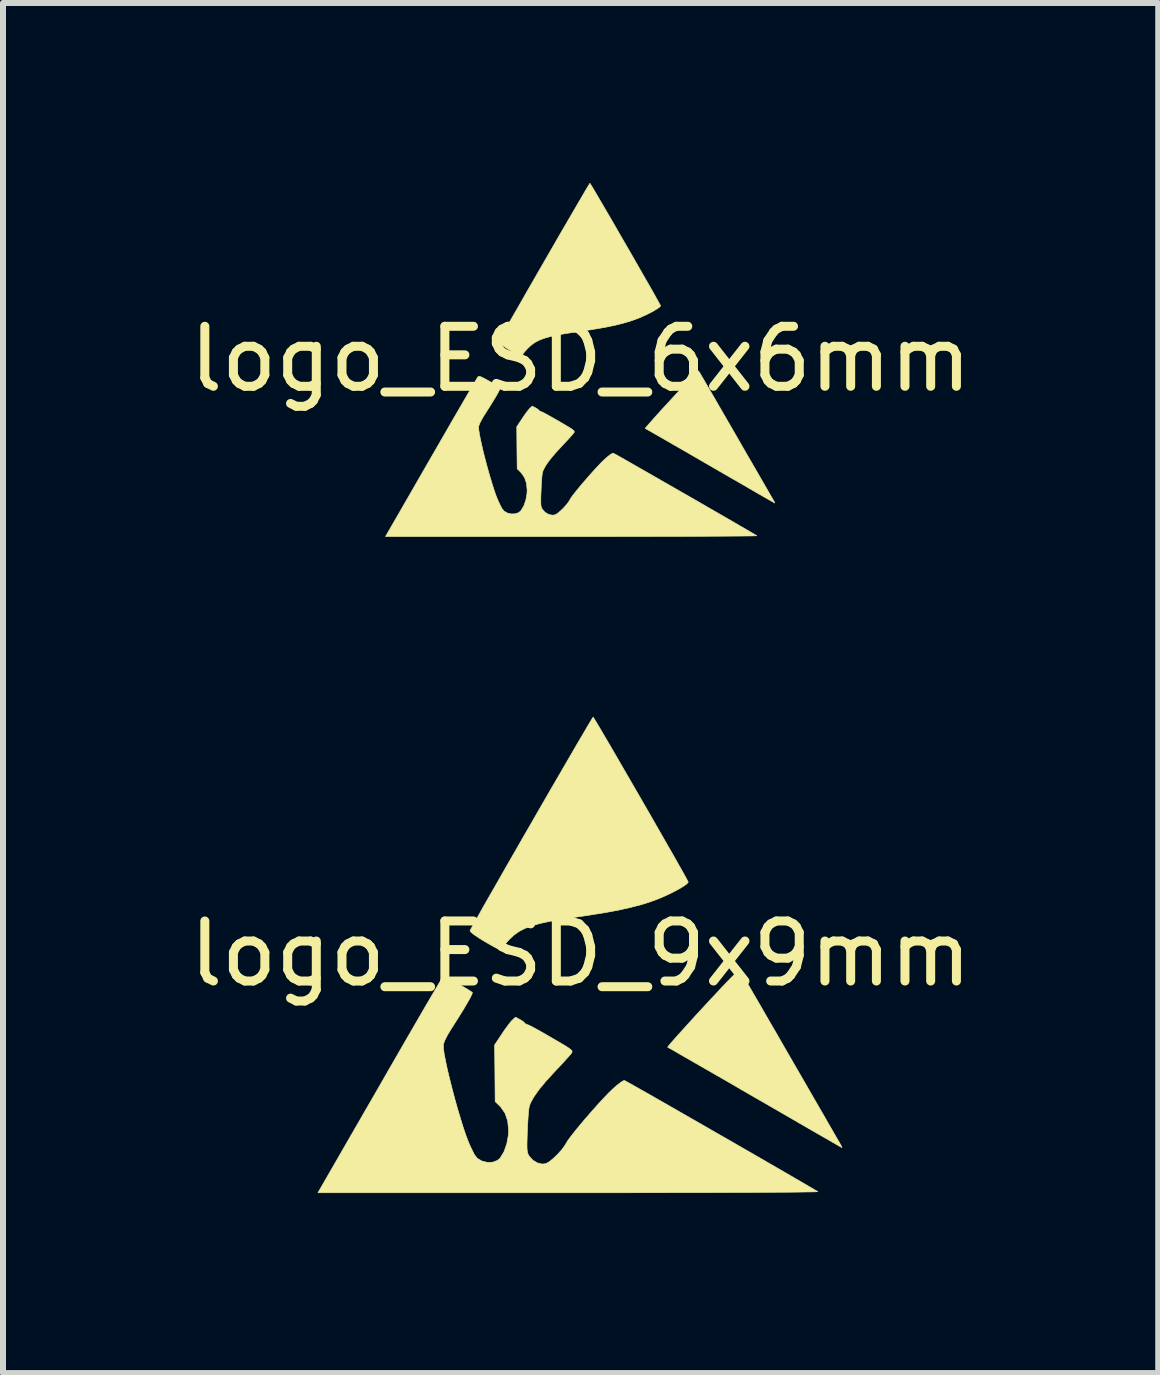
<source format=kicad_pcb>
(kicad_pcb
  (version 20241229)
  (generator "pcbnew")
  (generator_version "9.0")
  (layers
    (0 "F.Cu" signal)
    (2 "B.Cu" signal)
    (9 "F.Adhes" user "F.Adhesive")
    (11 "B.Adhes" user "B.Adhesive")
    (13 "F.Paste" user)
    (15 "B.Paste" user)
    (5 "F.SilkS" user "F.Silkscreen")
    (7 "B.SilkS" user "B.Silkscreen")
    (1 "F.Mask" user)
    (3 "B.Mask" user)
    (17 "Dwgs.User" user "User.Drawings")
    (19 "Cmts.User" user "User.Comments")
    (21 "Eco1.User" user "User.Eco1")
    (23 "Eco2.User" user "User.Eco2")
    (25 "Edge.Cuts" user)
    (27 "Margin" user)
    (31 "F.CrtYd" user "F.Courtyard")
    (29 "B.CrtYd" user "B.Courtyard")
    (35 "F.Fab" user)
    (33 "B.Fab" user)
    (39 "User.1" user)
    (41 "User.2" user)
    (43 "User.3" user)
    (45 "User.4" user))
  (footprint "logo_ESD_9x9mm"
    (layer "F.Cu")
    (at 6.625 12.842)
    (property "Reference" "logo_ESD_9x9mm" (at 0 0 0) (layer "F.SilkS") (effects (font (size 1 1) (thickness 0.15))))
    (attr exclude_from_pos_files exclude_from_bom)
    (fp_poly (pts (xy 2.676 0.316) (xy 2.691 0.342) (xy 2.726 0.4) (xy 2.778 0.49) (xy 2.845 0.606) (xy 2.927 0.747) (xy 3.021 0.909) (xy 3.125 1.09) (xy 3.239 1.286) (xy 3.359 1.495) (xy 3.483 1.71) (xy 3.61 1.93) (xy 3.732 2.14) (xy 3.846 2.339) (xy 3.953 2.524) (xy 4.049 2.69) (xy 4.132 2.835) (xy 4.202 2.956) (xy 4.256 3.05) (xy 4.293 3.114) (xy 4.311 3.144) (xy 4.339 3.194) (xy 4.354 3.226) (xy 4.355 3.231) (xy 4.336 3.221) (xy 4.284 3.191) (xy 4.202 3.144) (xy 4.091 3.08) (xy 3.955 3.002) (xy 3.797 2.911) (xy 3.619 2.808) (xy 3.424 2.695) (xy 3.214 2.574) (xy 2.993 2.446) (xy 2.909 2.398) (xy 2.684 2.268) (xy 2.47 2.143) (xy 2.268 2.027) (xy 2.082 1.92) (xy 1.915 1.824) (xy 1.769 1.74) (xy 1.647 1.67) (xy 1.552 1.615) (xy 1.487 1.578) (xy 1.454 1.56) (xy 1.45 1.558) (xy 1.46 1.542) (xy 1.495 1.5) (xy 1.552 1.435) (xy 1.626 1.351) (xy 1.715 1.253) (xy 1.814 1.144) (xy 1.92 1.027) (xy 2.03 0.908) (xy 2.14 0.789) (xy 2.246 0.675) (xy 2.345 0.57) (xy 2.433 0.477) (xy 2.507 0.401) (xy 2.562 0.345) (xy 2.581 0.326) (xy 2.645 0.267) (xy 2.676 0.316)) (stroke (width 0.01) (type solid)) (fill yes) (layer "F.SilkS"))
    (fp_poly (pts (xy 0.221 -3.924) (xy 0.252 -3.873) (xy 0.3 -3.794) (xy 0.362 -3.688) (xy 0.438 -3.559) (xy 0.524 -3.412) (xy 0.619 -3.248) (xy 0.721 -3.072) (xy 0.828 -2.887) (xy 0.939 -2.696) (xy 1.05 -2.503) (xy 1.161 -2.311) (xy 1.268 -2.124) (xy 1.371 -1.944) (xy 1.467 -1.776) (xy 1.555 -1.623) (xy 1.631 -1.488) (xy 1.696 -1.374) (xy 1.745 -1.285) (xy 1.778 -1.224) (xy 1.793 -1.195) (xy 1.793 -1.193) (xy 1.775 -1.169) (xy 1.725 -1.131) (xy 1.648 -1.084) (xy 1.552 -1.032) (xy 1.45 -0.982) (xy 1.312 -0.921) (xy 1.167 -0.867) (xy 1.01 -0.817) (xy 0.836 -0.772) (xy 0.639 -0.728) (xy 0.416 -0.686) (xy 0.16 -0.645) (xy -0.104 -0.606) (xy -0.334 -0.571) (xy -0.527 -0.537) (xy -0.688 -0.501) (xy -0.822 -0.463) (xy -0.933 -0.419) (xy -1.027 -0.37) (xy -1.109 -0.312) (xy -1.182 -0.244) (xy -1.206 -0.219) (xy -1.258 -0.16) (xy -1.296 -0.112) (xy -1.313 -0.084) (xy -1.314 -0.082) (xy -1.32 -0.068) (xy -1.341 -0.067) (xy -1.382 -0.083) (xy -1.447 -0.117) (xy -1.541 -0.17) (xy -1.606 -0.208) (xy -1.702 -0.268) (xy -1.778 -0.319) (xy -1.826 -0.358) (xy -1.843 -0.381) (xy -1.843 -0.381) (xy -1.833 -0.403) (xy -1.803 -0.457) (xy -1.756 -0.542) (xy -1.693 -0.653) (xy -1.617 -0.789) (xy -1.528 -0.945) (xy -1.428 -1.119) (xy -1.32 -1.309) (xy -1.205 -1.51) (xy -1.084 -1.72) (xy -0.96 -1.937) (xy -0.833 -2.156) (xy -0.707 -2.376) (xy -0.582 -2.592) (xy -0.46 -2.803) (xy -0.343 -3.004) (xy -0.233 -3.194) (xy -0.131 -3.369) (xy -0.039 -3.527) (xy 0.041 -3.663) (xy 0.107 -3.776) (xy 0.158 -3.861) (xy 0.192 -3.918) (xy 0.208 -3.941) (xy 0.209 -3.941) (xy 0.221 -3.924)) (stroke (width 0.01) (type solid)) (fill yes) (layer "F.SilkS"))
    (fp_poly (pts (xy -2.259 0.392) (xy -2.215 0.409) (xy -2.149 0.443) (xy -2.053 0.495) (xy -2.045 0.5) (xy -1.957 0.55) (xy -1.883 0.594) (xy -1.829 0.628) (xy -1.804 0.646) (xy -1.804 0.647) (xy -1.81 0.672) (xy -1.837 0.729) (xy -1.885 0.814) (xy -1.95 0.925) (xy -2.032 1.057) (xy -2.128 1.209) (xy -2.152 1.246) (xy -2.215 1.349) (xy -2.26 1.437) (xy -2.285 1.504) (xy -2.287 1.517) (xy -2.286 1.574) (xy -2.274 1.666) (xy -2.251 1.785) (xy -2.221 1.927) (xy -2.183 2.084) (xy -2.141 2.252) (xy -2.095 2.425) (xy -2.047 2.596) (xy -1.998 2.759) (xy -1.951 2.91) (xy -1.906 3.041) (xy -1.865 3.148) (xy -1.837 3.211) (xy -1.804 3.279) (xy -1.772 3.344) (xy -1.771 3.347) (xy -1.719 3.412) (xy -1.642 3.456) (xy -1.554 3.477) (xy -1.464 3.474) (xy -1.385 3.444) (xy -1.341 3.406) (xy -1.277 3.3) (xy -1.23 3.167) (xy -1.204 3.023) (xy -1.2 2.94) (xy -1.215 2.787) (xy -1.258 2.66) (xy -1.332 2.553) (xy -1.355 2.53) (xy -1.424 2.463) (xy -1.428 1.992) (xy -1.433 1.521) (xy -1.313 1.339) (xy -1.257 1.257) (xy -1.202 1.183) (xy -1.158 1.127) (xy -1.139 1.107) (xy -1.085 1.057) (xy -1.012 1.096) (xy -0.965 1.124) (xy -0.94 1.146) (xy -0.938 1.15) (xy -0.921 1.167) (xy -0.892 1.179) (xy -0.863 1.191) (xy -0.819 1.212) (xy -0.756 1.246) (xy -0.671 1.293) (xy -0.559 1.357) (xy -0.417 1.44) (xy -0.339 1.485) (xy -0.248 1.539) (xy -0.189 1.578) (xy -0.155 1.605) (xy -0.142 1.626) (xy -0.145 1.645) (xy -0.147 1.649) (xy -0.168 1.677) (xy -0.213 1.728) (xy -0.276 1.798) (xy -0.353 1.881) (xy -0.419 1.951) (xy -0.572 2.117) (xy -0.692 2.262) (xy -0.779 2.385) (xy -0.836 2.489) (xy -0.855 2.542) (xy -0.863 2.588) (xy -0.871 2.667) (xy -0.878 2.77) (xy -0.885 2.887) (xy -0.888 2.961) (xy -0.892 3.089) (xy -0.894 3.183) (xy -0.893 3.25) (xy -0.888 3.296) (xy -0.88 3.329) (xy -0.867 3.357) (xy -0.856 3.374) (xy -0.797 3.44) (xy -0.72 3.486) (xy -0.639 3.505) (xy -0.578 3.498) (xy -0.523 3.467) (xy -0.454 3.411) (xy -0.381 3.34) (xy -0.313 3.265) (xy -0.261 3.193) (xy -0.241 3.159) (xy -0.212 3.111) (xy -0.159 3.04) (xy -0.087 2.948) (xy -0.001 2.844) (xy 0.094 2.732) (xy 0.194 2.617) (xy 0.293 2.506) (xy 0.387 2.404) (xy 0.471 2.316) (xy 0.538 2.252) (xy 0.611 2.188) (xy 0.673 2.141) (xy 0.716 2.115) (xy 0.73 2.112) (xy 0.752 2.124) (xy 0.807 2.154) (xy 0.892 2.202) (xy 1.003 2.265) (xy 1.138 2.341) (xy 1.293 2.43) (xy 1.465 2.528) (xy 1.651 2.635) (xy 1.848 2.748) (xy 2.052 2.865) (xy 2.26 2.985) (xy 2.47 3.105) (xy 2.678 3.225) (xy 2.881 3.342) (xy 3.075 3.454) (xy 3.258 3.56) (xy 3.426 3.657) (xy 3.577 3.745) (xy 3.706 3.82) (xy 3.812 3.882) (xy 3.89 3.928) (xy 3.937 3.956) (xy 3.951 3.965) (xy 3.932 3.967) (xy 3.874 3.969) (xy 3.778 3.97) (xy 3.646 3.972) (xy 3.48 3.974) (xy 3.282 3.975) (xy 3.054 3.976) (xy 2.798 3.978) (xy 2.515 3.979) (xy 2.209 3.98) (xy 1.88 3.981) (xy 1.531 3.981) (xy 1.163 3.982) (xy 0.779 3.983) (xy 0.38 3.983) (xy -0.031 3.983) (xy -0.203 3.983) (xy -4.377 3.983) (xy -4.08 3.467) (xy -4.017 3.358) (xy -3.936 3.217) (xy -3.839 3.049) (xy -3.73 2.86) (xy -3.611 2.653) (xy -3.484 2.434) (xy -3.353 2.207) (xy -3.221 1.976) (xy -3.089 1.747) (xy -3.055 1.689) (xy -2.934 1.478) (xy -2.818 1.278) (xy -2.709 1.09) (xy -2.61 0.919) (xy -2.521 0.767) (xy -2.445 0.637) (xy -2.383 0.532) (xy -2.338 0.456) (xy -2.31 0.41) (xy -2.303 0.399) (xy -2.286 0.389) (xy -2.259 0.392)) (stroke (width 0.01) (type solid)) (fill yes) (layer "F.SilkS")))
  (footprint "logo_ESD_6x6mm"
    (layer "F.Cu")
    (at 6.625 2.932)
    (property "Reference" "logo_ESD_6x6mm" (at 0 0 0) (layer "F.SilkS") (effects (font (size 1 1) (thickness 0.15))))
    (attr exclude_from_pos_files exclude_from_bom)
    (fp_poly (pts (xy 1.988 0.235) (xy 1.999 0.254) (xy 2.024 0.297) (xy 2.063 0.364) (xy 2.113 0.45) (xy 2.174 0.555) (xy 2.244 0.675) (xy 2.321 0.809) (xy 2.405 0.955) (xy 2.495 1.11) (xy 2.587 1.27) (xy 2.681 1.433) (xy 2.771 1.59) (xy 2.857 1.738) (xy 2.936 1.874) (xy 3.007 1.998) (xy 3.069 2.105) (xy 3.121 2.195) (xy 3.161 2.265) (xy 3.189 2.313) (xy 3.202 2.335) (xy 3.223 2.372) (xy 3.234 2.396) (xy 3.235 2.4) (xy 3.221 2.392) (xy 3.182 2.37) (xy 3.12 2.335) (xy 3.038 2.288) (xy 2.937 2.23) (xy 2.82 2.162) (xy 2.688 2.085) (xy 2.543 2.002) (xy 2.387 1.912) (xy 2.223 1.817) (xy 2.161 1.781) (xy 1.993 1.684) (xy 1.834 1.592) (xy 1.684 1.505) (xy 1.546 1.426) (xy 1.422 1.354) (xy 1.314 1.292) (xy 1.223 1.24) (xy 1.153 1.2) (xy 1.104 1.172) (xy 1.08 1.158) (xy 1.077 1.157) (xy 1.085 1.145) (xy 1.111 1.114) (xy 1.153 1.066) (xy 1.208 1.004) (xy 1.274 0.93) (xy 1.347 0.849) (xy 1.426 0.763) (xy 1.508 0.674) (xy 1.589 0.586) (xy 1.668 0.502) (xy 1.741 0.423) (xy 1.807 0.354) (xy 1.862 0.298) (xy 1.903 0.256) (xy 1.917 0.242) (xy 1.964 0.198) (xy 1.988 0.235)) (stroke (width 0.01) (type solid)) (fill yes) (layer "F.SilkS"))
    (fp_poly (pts (xy 0.164 -2.914) (xy 0.187 -2.877) (xy 0.223 -2.817) (xy 0.269 -2.739) (xy 0.325 -2.643) (xy 0.389 -2.534) (xy 0.46 -2.412) (xy 0.536 -2.282) (xy 0.615 -2.144) (xy 0.697 -2.002) (xy 0.78 -1.859) (xy 0.862 -1.717) (xy 0.942 -1.577) (xy 1.018 -1.444) (xy 1.09 -1.319) (xy 1.155 -1.205) (xy 1.212 -1.105) (xy 1.259 -1.02) (xy 1.296 -0.954) (xy 1.321 -0.909) (xy 1.332 -0.888) (xy 1.332 -0.886) (xy 1.319 -0.868) (xy 1.281 -0.84) (xy 1.224 -0.805) (xy 1.152 -0.766) (xy 1.077 -0.729) (xy 0.975 -0.684) (xy 0.867 -0.644) (xy 0.75 -0.607) (xy 0.621 -0.573) (xy 0.475 -0.541) (xy 0.309 -0.51) (xy 0.119 -0.479) (xy -0.078 -0.45) (xy -0.248 -0.424) (xy -0.391 -0.399) (xy -0.511 -0.372) (xy -0.61 -0.344) (xy -0.693 -0.312) (xy -0.763 -0.275) (xy -0.823 -0.231) (xy -0.878 -0.181) (xy -0.896 -0.162) (xy -0.934 -0.119) (xy -0.962 -0.083) (xy -0.975 -0.062) (xy -0.976 -0.061) (xy -0.98 -0.05) (xy -0.996 -0.05) (xy -1.027 -0.062) (xy -1.075 -0.087) (xy -1.144 -0.126) (xy -1.193 -0.154) (xy -1.264 -0.199) (xy -1.32 -0.237) (xy -1.356 -0.266) (xy -1.369 -0.283) (xy -1.369 -0.283) (xy -1.361 -0.299) (xy -1.339 -0.34) (xy -1.304 -0.402) (xy -1.258 -0.485) (xy -1.201 -0.586) (xy -1.135 -0.702) (xy -1.061 -0.831) (xy -0.98 -0.972) (xy -0.895 -1.122) (xy -0.805 -1.278) (xy -0.713 -1.438) (xy -0.619 -1.601) (xy -0.525 -1.764) (xy -0.432 -1.925) (xy -0.342 -2.082) (xy -0.255 -2.231) (xy -0.173 -2.372) (xy -0.097 -2.502) (xy -0.029 -2.619) (xy 0.03 -2.72) (xy 0.079 -2.804) (xy 0.117 -2.868) (xy 0.143 -2.909) (xy 0.154 -2.927) (xy 0.155 -2.927) (xy 0.164 -2.914)) (stroke (width 0.01) (type solid)) (fill yes) (layer "F.SilkS"))
    (fp_poly (pts (xy -1.678 0.291) (xy -1.645 0.304) (xy -1.596 0.329) (xy -1.525 0.368) (xy -1.519 0.371) (xy -1.454 0.408) (xy -1.398 0.441) (xy -1.359 0.466) (xy -1.34 0.48) (xy -1.339 0.48) (xy -1.344 0.499) (xy -1.365 0.542) (xy -1.4 0.605) (xy -1.449 0.687) (xy -1.509 0.785) (xy -1.581 0.898) (xy -1.599 0.925) (xy -1.645 1.002) (xy -1.679 1.068) (xy -1.697 1.117) (xy -1.699 1.127) (xy -1.698 1.169) (xy -1.689 1.237) (xy -1.672 1.326) (xy -1.649 1.431) (xy -1.622 1.548) (xy -1.59 1.673) (xy -1.556 1.801) (xy -1.52 1.928) (xy -1.484 2.049) (xy -1.449 2.161) (xy -1.416 2.259) (xy -1.385 2.338) (xy -1.364 2.385) (xy -1.34 2.435) (xy -1.316 2.483) (xy -1.315 2.486) (xy -1.276 2.534) (xy -1.22 2.567) (xy -1.154 2.582) (xy -1.088 2.58) (xy -1.029 2.558) (xy -0.996 2.529) (xy -0.948 2.451) (xy -0.913 2.352) (xy -0.894 2.245) (xy -0.891 2.184) (xy -0.902 2.07) (xy -0.934 1.976) (xy -0.989 1.896) (xy -1.006 1.879) (xy -1.057 1.829) (xy -1.061 1.479) (xy -1.064 1.129) (xy -0.975 0.995) (xy -0.933 0.933) (xy -0.893 0.878) (xy -0.86 0.837) (xy -0.846 0.822) (xy -0.806 0.785) (xy -0.751 0.814) (xy -0.717 0.835) (xy -0.698 0.851) (xy -0.697 0.854) (xy -0.684 0.867) (xy -0.662 0.876) (xy -0.641 0.884) (xy -0.608 0.9) (xy -0.562 0.925) (xy -0.498 0.961) (xy -0.415 1.008) (xy -0.309 1.069) (xy -0.252 1.103) (xy -0.184 1.143) (xy -0.14 1.172) (xy -0.115 1.192) (xy -0.106 1.208) (xy -0.107 1.222) (xy -0.109 1.225) (xy -0.125 1.245) (xy -0.158 1.284) (xy -0.205 1.336) (xy -0.262 1.397) (xy -0.311 1.449) (xy -0.425 1.573) (xy -0.514 1.68) (xy -0.579 1.771) (xy -0.621 1.849) (xy -0.635 1.888) (xy -0.641 1.922) (xy -0.647 1.981) (xy -0.652 2.057) (xy -0.657 2.144) (xy -0.659 2.199) (xy -0.663 2.294) (xy -0.664 2.364) (xy -0.663 2.413) (xy -0.66 2.448) (xy -0.653 2.473) (xy -0.644 2.493) (xy -0.636 2.506) (xy -0.592 2.555) (xy -0.534 2.589) (xy -0.474 2.603) (xy -0.429 2.598) (xy -0.388 2.575) (xy -0.337 2.533) (xy -0.283 2.481) (xy -0.233 2.425) (xy -0.194 2.372) (xy -0.179 2.346) (xy -0.158 2.311) (xy -0.118 2.257) (xy -0.065 2.19) (xy -0.001 2.112) (xy 0.07 2.029) (xy 0.144 1.944) (xy 0.218 1.861) (xy 0.288 1.785) (xy 0.35 1.72) (xy 0.399 1.673) (xy 0.454 1.625) (xy 0.5 1.59) (xy 0.532 1.571) (xy 0.542 1.569) (xy 0.559 1.577) (xy 0.6 1.6) (xy 0.663 1.635) (xy 0.745 1.682) (xy 0.845 1.739) (xy 0.96 1.805) (xy 1.088 1.878) (xy 1.226 1.957) (xy 1.372 2.041) (xy 1.524 2.128) (xy 1.679 2.217) (xy 1.835 2.306) (xy 1.989 2.395) (xy 2.139 2.482) (xy 2.284 2.565) (xy 2.42 2.644) (xy 2.545 2.716) (xy 2.656 2.781) (xy 2.753 2.837) (xy 2.831 2.883) (xy 2.889 2.917) (xy 2.924 2.938) (xy 2.934 2.945) (xy 2.92 2.946) (xy 2.877 2.948) (xy 2.806 2.949) (xy 2.708 2.95) (xy 2.584 2.951) (xy 2.437 2.952) (xy 2.268 2.953) (xy 2.078 2.954) (xy 1.868 2.955) (xy 1.64 2.956) (xy 1.396 2.956) (xy 1.137 2.957) (xy 0.864 2.957) (xy 0.579 2.958) (xy 0.282 2.958) (xy -0.023 2.958) (xy -0.151 2.958) (xy -3.251 2.958) (xy -3.03 2.575) (xy -2.983 2.494) (xy -2.923 2.389) (xy -2.851 2.265) (xy -2.77 2.124) (xy -2.682 1.971) (xy -2.588 1.808) (xy -2.491 1.639) (xy -2.392 1.468) (xy -2.294 1.298) (xy -2.269 1.255) (xy -2.179 1.098) (xy -2.093 0.949) (xy -2.012 0.81) (xy -1.938 0.682) (xy -1.872 0.569) (xy -1.816 0.473) (xy -1.77 0.395) (xy -1.736 0.338) (xy -1.716 0.305) (xy -1.71 0.296) (xy -1.698 0.289) (xy -1.678 0.291)) (stroke (width 0.01) (type solid)) (fill yes) (layer "F.SilkS")))
  (gr_rect
    (start -3 -3)
    (end 16.25 19.83)
    (stroke (width 0.1) (type default))
    (fill no)
    (layer "Edge.Cuts")))
</source>
